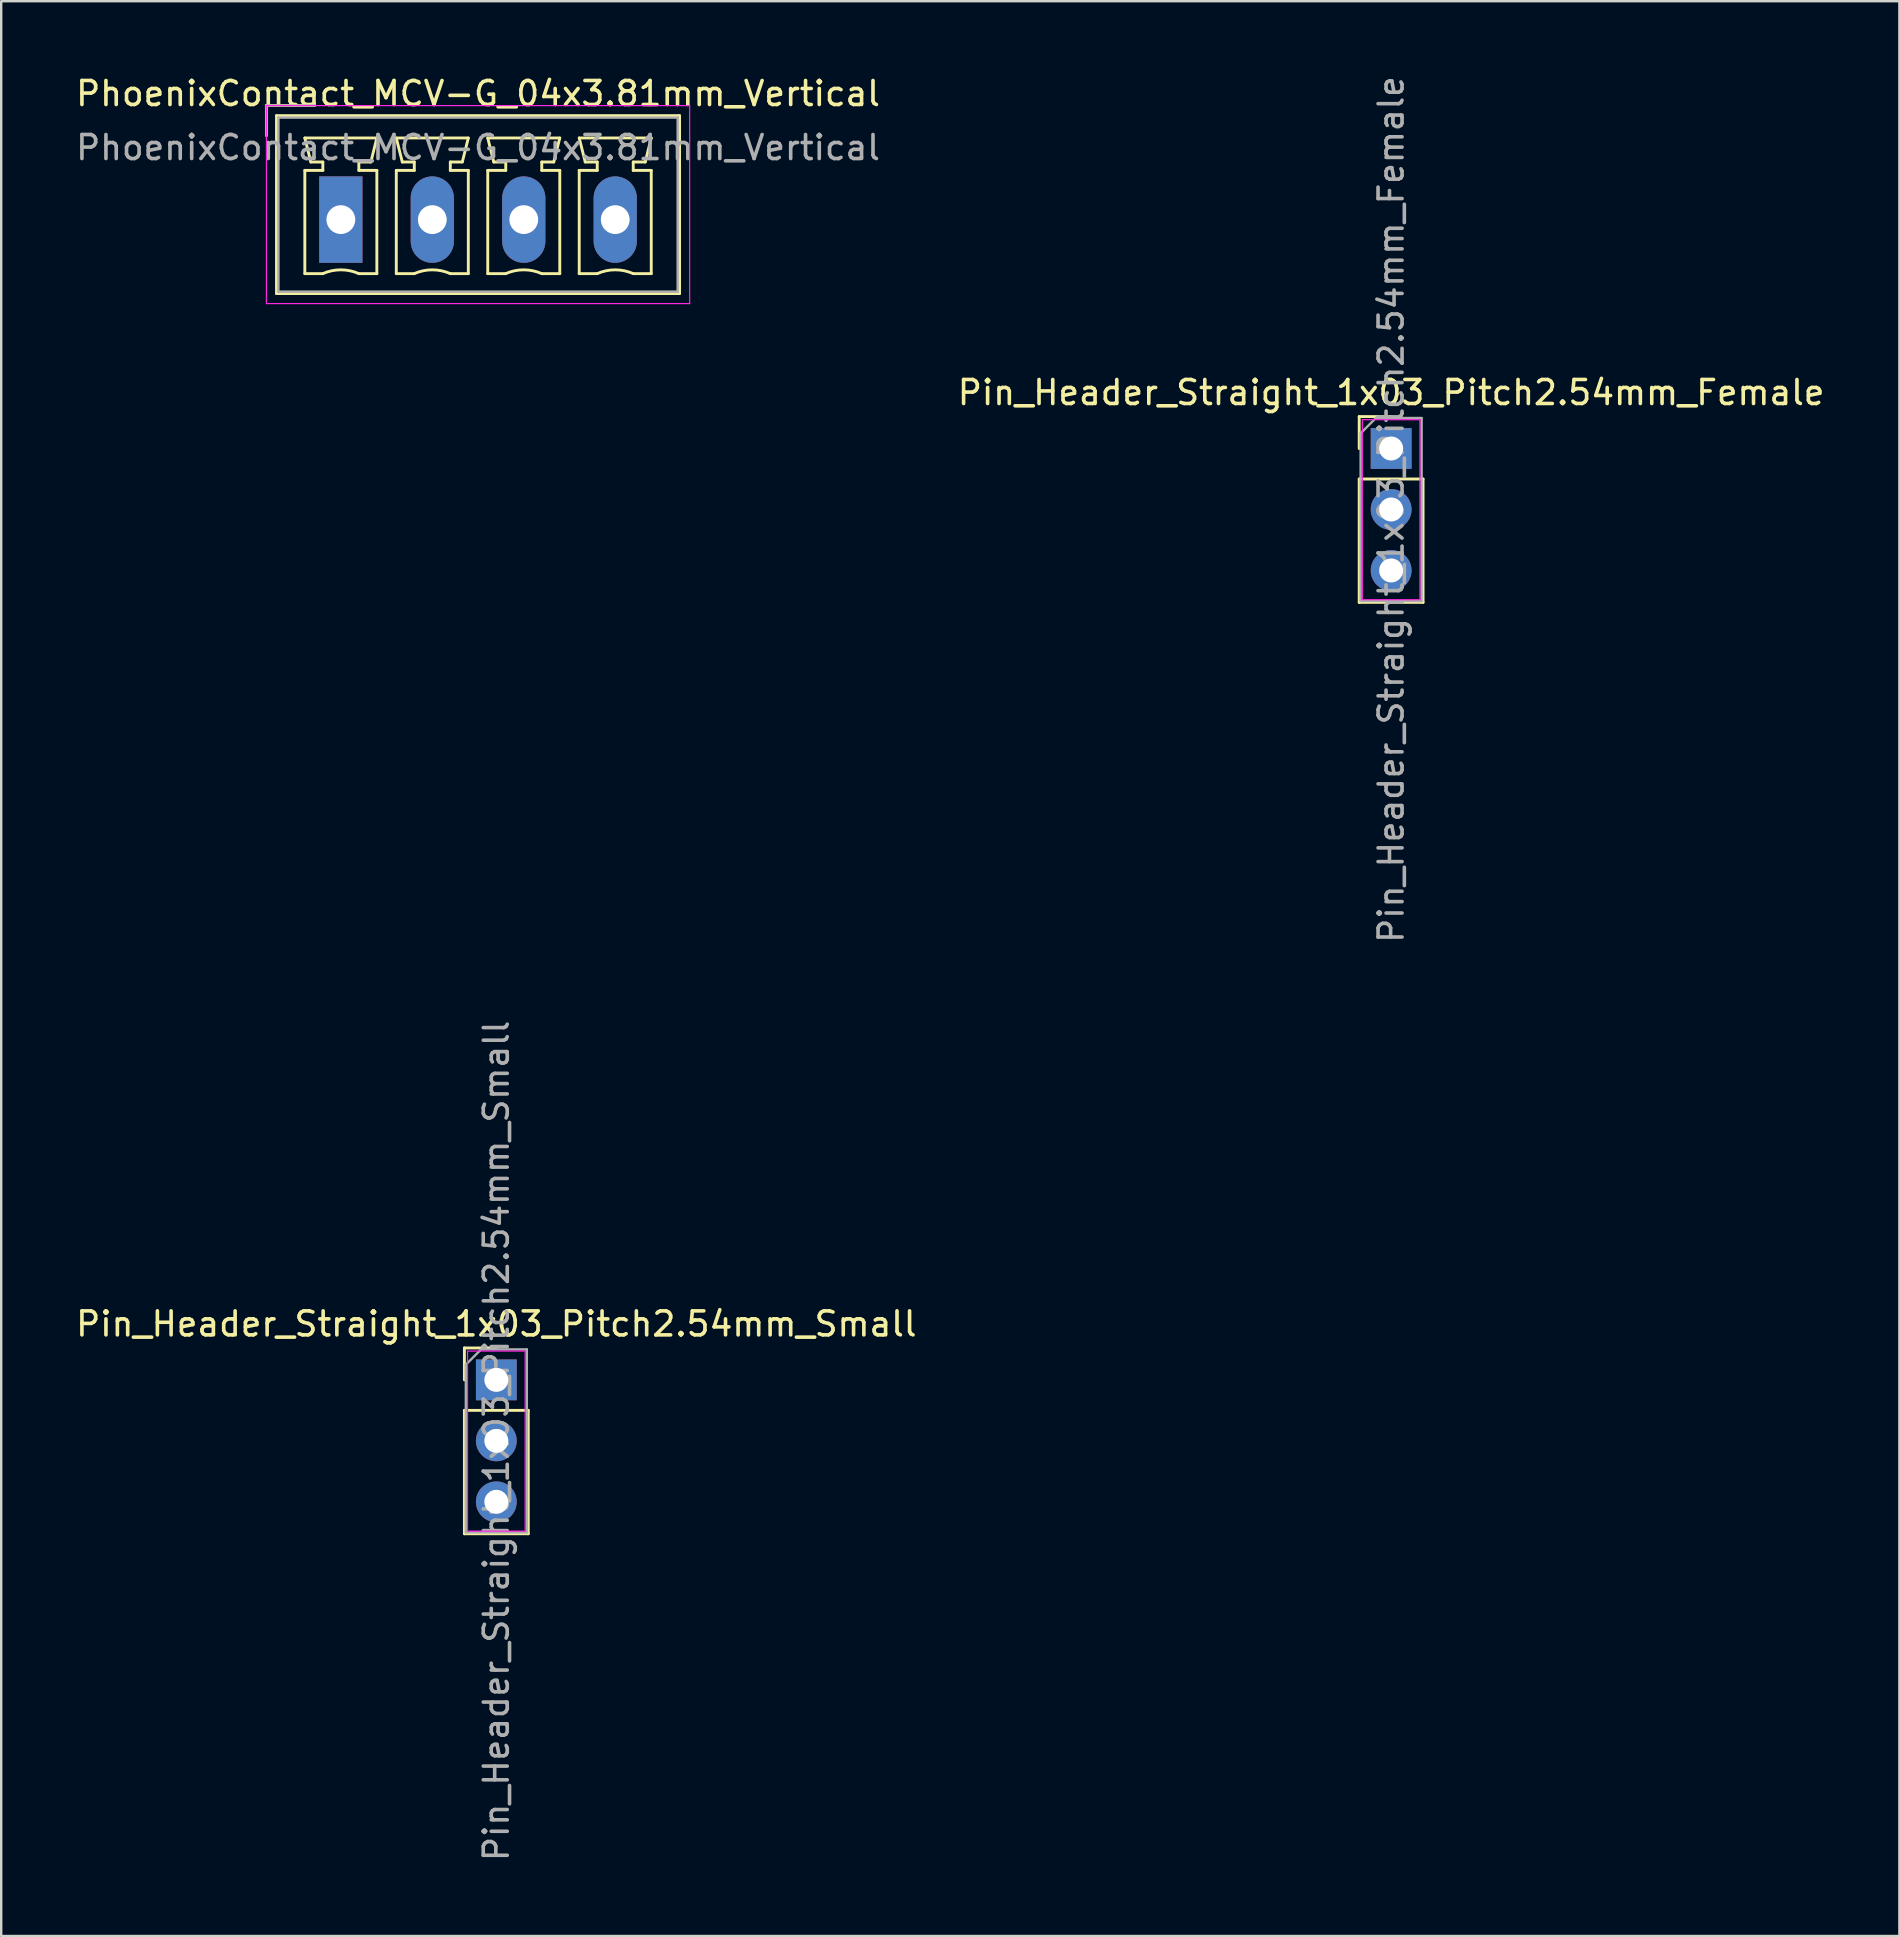
<source format=kicad_pcb>
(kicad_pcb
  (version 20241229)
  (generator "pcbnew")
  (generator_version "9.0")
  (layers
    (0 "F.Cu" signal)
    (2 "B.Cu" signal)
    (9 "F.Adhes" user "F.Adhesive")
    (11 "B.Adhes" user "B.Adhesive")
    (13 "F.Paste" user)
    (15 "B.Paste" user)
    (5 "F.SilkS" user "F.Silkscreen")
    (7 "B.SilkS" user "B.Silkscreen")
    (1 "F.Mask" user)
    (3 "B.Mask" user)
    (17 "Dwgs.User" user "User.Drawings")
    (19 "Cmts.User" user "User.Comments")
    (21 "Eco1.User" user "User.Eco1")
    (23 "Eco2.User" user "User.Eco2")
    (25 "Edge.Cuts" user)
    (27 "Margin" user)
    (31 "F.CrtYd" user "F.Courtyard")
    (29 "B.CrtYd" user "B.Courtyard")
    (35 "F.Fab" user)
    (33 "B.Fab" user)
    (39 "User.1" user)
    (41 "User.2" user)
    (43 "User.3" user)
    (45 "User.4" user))
  (footprint "Pin_Header_Straight_1x03_Pitch2.54mm_Female"
    (layer "F.Cu")
    (at 54.899 15.633)
    (property "Reference" "Pin_Header_Straight_1x03_Pitch2.54mm_Female" (at 0 -2.33 0) (layer "F.SilkS") (effects (font (size 1 1) (thickness 0.15))))
    (attr through_hole)
    (fp_line (start -1.33 -1.33) (end 0 -1.33) (stroke (width 0.12) (type solid)) (layer "F.SilkS"))
    (fp_line (start -1.33 0) (end -1.33 -1.33) (stroke (width 0.12) (type solid)) (layer "F.SilkS"))
    (fp_line (start -1.33 1.27) (end -1.33 6.41) (stroke (width 0.12) (type solid)) (layer "F.SilkS"))
    (fp_line (start -1.33 1.27) (end 1.33 1.27) (stroke (width 0.12) (type solid)) (layer "F.SilkS"))
    (fp_line (start -1.33 6.41) (end 1.33 6.41) (stroke (width 0.12) (type solid)) (layer "F.SilkS"))
    (fp_line (start 1.33 1.27) (end 1.33 6.41) (stroke (width 0.12) (type solid)) (layer "F.SilkS"))
    (fp_line (start -1.2 -1.2) (end -1.2 6.3) (stroke (width 0.05) (type solid)) (layer "F.CrtYd"))
    (fp_line (start -1.2 6.3) (end 1.2 6.3) (stroke (width 0.05) (type solid)) (layer "F.CrtYd"))
    (fp_line (start 1.2 -1.2) (end -1.2 -1.2) (stroke (width 0.05) (type solid)) (layer "F.CrtYd"))
    (fp_line (start 1.2 6.3) (end 1.2 -1.2) (stroke (width 0.05) (type solid)) (layer "F.CrtYd"))
    (fp_line (start -1.27 -0.635) (end -0.635 -1.27) (stroke (width 0.1) (type solid)) (layer "F.Fab"))
    (fp_line (start -1.27 6.35) (end -1.27 -0.635) (stroke (width 0.1) (type solid)) (layer "F.Fab"))
    (fp_line (start -0.635 -1.27) (end 1.27 -1.27) (stroke (width 0.1) (type solid)) (layer "F.Fab"))
    (fp_line (start 1.27 -1.27) (end 1.27 6.35) (stroke (width 0.1) (type solid)) (layer "F.Fab"))
    (fp_line (start 1.27 6.35) (end -1.27 6.35) (stroke (width 0.1) (type solid)) (layer "F.Fab"))
    (fp_text user "${REFERENCE}" (at 0 2.54 90) (layer "F.Fab") (effects (font (size 1 1) (thickness 0.15))))
    (pad "1" thru_hole rect (at 0 0) (size 1.7 1.7) (drill 1) (layers "*.Cu" "*.Mask"))
    (pad "2" thru_hole oval (at 0 2.54) (size 1.7 1.7) (drill 1) (layers "*.Cu" "*.Mask"))
    (pad "3" thru_hole oval (at 0 5.08) (size 1.7 1.7) (drill 1) (layers "*.Cu" "*.Mask")))
  (footprint "PhoenixContact_MCV-G_04x3.81mm_Vertical"
    (layer "F.Cu")
    (at 11.148 6.098)
    (property "Reference" "PhoenixContact_MCV-G_04x3.81mm_Vertical" (at 5.715 -5.25 0) (layer "F.SilkS") (effects (font (size 1 1) (thickness 0.15))))
    (attr through_hole)
    (fp_line (start -3.1 -4.75) (end -1.1 -4.75) (stroke (width 0.12) (type solid)) (layer "F.SilkS"))
    (fp_line (start -3.1 -3.5) (end -3.1 -4.75) (stroke (width 0.12) (type solid)) (layer "F.SilkS"))
    (fp_line (start -2.68 -4.33) (end -2.68 3.08) (stroke (width 0.12) (type solid)) (layer "F.SilkS"))
    (fp_line (start -2.68 3.08) (end 14.11 3.08) (stroke (width 0.12) (type solid)) (layer "F.SilkS"))
    (fp_line (start -1.5 -3.4) (end 1.5 -3.4) (stroke (width 0.12) (type solid)) (layer "F.SilkS"))
    (fp_line (start -1.5 -2.05) (end -0.75 -2.05) (stroke (width 0.12) (type solid)) (layer "F.SilkS"))
    (fp_line (start -1.5 2.25) (end -1.5 -2.05) (stroke (width 0.12) (type solid)) (layer "F.SilkS"))
    (fp_line (start -1.25 -2.4) (end -1.5 -3.4) (stroke (width 0.12) (type solid)) (layer "F.SilkS"))
    (fp_line (start -0.75 -2.4) (end -1.25 -2.4) (stroke (width 0.12) (type solid)) (layer "F.SilkS"))
    (fp_line (start -0.75 -2.05) (end -0.75 -2.4) (stroke (width 0.12) (type solid)) (layer "F.SilkS"))
    (fp_line (start -0.75 2.25) (end -1.5 2.25) (stroke (width 0.12) (type solid)) (layer "F.SilkS"))
    (fp_line (start 0.75 -2.4) (end 0.75 -2.05) (stroke (width 0.12) (type solid)) (layer "F.SilkS"))
    (fp_line (start 0.75 -2.05) (end 1.5 -2.05) (stroke (width 0.12) (type solid)) (layer "F.SilkS"))
    (fp_line (start 1.25 -2.4) (end 0.75 -2.4) (stroke (width 0.12) (type solid)) (layer "F.SilkS"))
    (fp_line (start 1.5 -3.4) (end 1.25 -2.4) (stroke (width 0.12) (type solid)) (layer "F.SilkS"))
    (fp_line (start 1.5 -2.05) (end 1.5 2.25) (stroke (width 0.12) (type solid)) (layer "F.SilkS"))
    (fp_line (start 1.5 2.25) (end 0.75 2.25) (stroke (width 0.12) (type solid)) (layer "F.SilkS"))
    (fp_line (start 2.31 -3.4) (end 5.31 -3.4) (stroke (width 0.12) (type solid)) (layer "F.SilkS"))
    (fp_line (start 2.31 -2.05) (end 3.06 -2.05) (stroke (width 0.12) (type solid)) (layer "F.SilkS"))
    (fp_line (start 2.31 2.25) (end 2.31 -2.05) (stroke (width 0.12) (type solid)) (layer "F.SilkS"))
    (fp_line (start 2.56 -2.4) (end 2.31 -3.4) (stroke (width 0.12) (type solid)) (layer "F.SilkS"))
    (fp_line (start 3.06 -2.4) (end 2.56 -2.4) (stroke (width 0.12) (type solid)) (layer "F.SilkS"))
    (fp_line (start 3.06 -2.05) (end 3.06 -2.4) (stroke (width 0.12) (type solid)) (layer "F.SilkS"))
    (fp_line (start 3.06 2.25) (end 2.31 2.25) (stroke (width 0.12) (type solid)) (layer "F.SilkS"))
    (fp_line (start 4.56 -2.4) (end 4.56 -2.05) (stroke (width 0.12) (type solid)) (layer "F.SilkS"))
    (fp_line (start 4.56 -2.05) (end 5.31 -2.05) (stroke (width 0.12) (type solid)) (layer "F.SilkS"))
    (fp_line (start 5.06 -2.4) (end 4.56 -2.4) (stroke (width 0.12) (type solid)) (layer "F.SilkS"))
    (fp_line (start 5.31 -3.4) (end 5.06 -2.4) (stroke (width 0.12) (type solid)) (layer "F.SilkS"))
    (fp_line (start 5.31 -2.05) (end 5.31 2.25) (stroke (width 0.12) (type solid)) (layer "F.SilkS"))
    (fp_line (start 5.31 2.25) (end 4.56 2.25) (stroke (width 0.12) (type solid)) (layer "F.SilkS"))
    (fp_line (start 6.12 -3.4) (end 9.12 -3.4) (stroke (width 0.12) (type solid)) (layer "F.SilkS"))
    (fp_line (start 6.12 -2.05) (end 6.87 -2.05) (stroke (width 0.12) (type solid)) (layer "F.SilkS"))
    (fp_line (start 6.12 2.25) (end 6.12 -2.05) (stroke (width 0.12) (type solid)) (layer "F.SilkS"))
    (fp_line (start 6.37 -2.4) (end 6.12 -3.4) (stroke (width 0.12) (type solid)) (layer "F.SilkS"))
    (fp_line (start 6.87 -2.4) (end 6.37 -2.4) (stroke (width 0.12) (type solid)) (layer "F.SilkS"))
    (fp_line (start 6.87 -2.05) (end 6.87 -2.4) (stroke (width 0.12) (type solid)) (layer "F.SilkS"))
    (fp_line (start 6.87 2.25) (end 6.12 2.25) (stroke (width 0.12) (type solid)) (layer "F.SilkS"))
    (fp_line (start 8.37 -2.4) (end 8.37 -2.05) (stroke (width 0.12) (type solid)) (layer "F.SilkS"))
    (fp_line (start 8.37 -2.05) (end 9.12 -2.05) (stroke (width 0.12) (type solid)) (layer "F.SilkS"))
    (fp_line (start 8.87 -2.4) (end 8.37 -2.4) (stroke (width 0.12) (type solid)) (layer "F.SilkS"))
    (fp_line (start 9.12 -3.4) (end 8.87 -2.4) (stroke (width 0.12) (type solid)) (layer "F.SilkS"))
    (fp_line (start 9.12 -2.05) (end 9.12 2.25) (stroke (width 0.12) (type solid)) (layer "F.SilkS"))
    (fp_line (start 9.12 2.25) (end 8.37 2.25) (stroke (width 0.12) (type solid)) (layer "F.SilkS"))
    (fp_line (start 9.93 -3.4) (end 12.93 -3.4) (stroke (width 0.12) (type solid)) (layer "F.SilkS"))
    (fp_line (start 9.93 -2.05) (end 10.68 -2.05) (stroke (width 0.12) (type solid)) (layer "F.SilkS"))
    (fp_line (start 9.93 2.25) (end 9.93 -2.05) (stroke (width 0.12) (type solid)) (layer "F.SilkS"))
    (fp_line (start 10.18 -2.4) (end 9.93 -3.4) (stroke (width 0.12) (type solid)) (layer "F.SilkS"))
    (fp_line (start 10.68 -2.4) (end 10.18 -2.4) (stroke (width 0.12) (type solid)) (layer "F.SilkS"))
    (fp_line (start 10.68 -2.05) (end 10.68 -2.4) (stroke (width 0.12) (type solid)) (layer "F.SilkS"))
    (fp_line (start 10.68 2.25) (end 9.93 2.25) (stroke (width 0.12) (type solid)) (layer "F.SilkS"))
    (fp_line (start 12.18 -2.4) (end 12.18 -2.05) (stroke (width 0.12) (type solid)) (layer "F.SilkS"))
    (fp_line (start 12.18 -2.05) (end 12.93 -2.05) (stroke (width 0.12) (type solid)) (layer "F.SilkS"))
    (fp_line (start 12.68 -2.4) (end 12.18 -2.4) (stroke (width 0.12) (type solid)) (layer "F.SilkS"))
    (fp_line (start 12.93 -3.4) (end 12.68 -2.4) (stroke (width 0.12) (type solid)) (layer "F.SilkS"))
    (fp_line (start 12.93 -2.05) (end 12.93 2.25) (stroke (width 0.12) (type solid)) (layer "F.SilkS"))
    (fp_line (start 12.93 2.25) (end 12.18 2.25) (stroke (width 0.12) (type solid)) (layer "F.SilkS"))
    (fp_line (start 14.11 -4.33) (end -2.68 -4.33) (stroke (width 0.12) (type solid)) (layer "F.SilkS"))
    (fp_line (start 14.11 3.08) (end 14.11 -4.33) (stroke (width 0.12) (type solid)) (layer "F.SilkS"))
    (fp_arc (start -0.75 2.25) (mid -0.000193 2.09191) (end 0.749647 2.249844) (stroke (width 0.12) (type solid)) (layer "F.SilkS"))
    (fp_arc (start 3.06 2.25) (mid 3.809807 2.09191) (end 4.559647 2.249844) (stroke (width 0.12) (type solid)) (layer "F.SilkS"))
    (fp_arc (start 6.87 2.25) (mid 7.619807 2.09191) (end 8.369647 2.249844) (stroke (width 0.12) (type solid)) (layer "F.SilkS"))
    (fp_arc (start 10.68 2.25) (mid 11.429807 2.09191) (end 12.179647 2.249844) (stroke (width 0.12) (type solid)) (layer "F.SilkS"))
    (fp_line (start -3.1 -4.75) (end -3.1 3.5) (stroke (width 0.05) (type solid)) (layer "F.CrtYd"))
    (fp_line (start -3.1 3.5) (end 14.53 3.5) (stroke (width 0.05) (type solid)) (layer "F.CrtYd"))
    (fp_line (start 14.53 -4.75) (end -3.1 -4.75) (stroke (width 0.05) (type solid)) (layer "F.CrtYd"))
    (fp_line (start 14.53 3.5) (end 14.53 -4.75) (stroke (width 0.05) (type solid)) (layer "F.CrtYd"))
    (fp_line (start -3.1 -4.75) (end -1.1 -4.75) (stroke (width 0.1) (type solid)) (layer "F.Fab"))
    (fp_line (start -3.1 -3.5) (end -3.1 -4.75) (stroke (width 0.1) (type solid)) (layer "F.Fab"))
    (fp_line (start -2.6 -4.25) (end -2.6 3) (stroke (width 0.1) (type solid)) (layer "F.Fab"))
    (fp_line (start -2.6 3) (end 14.03 3) (stroke (width 0.1) (type solid)) (layer "F.Fab"))
    (fp_line (start 14.03 -4.25) (end -2.6 -4.25) (stroke (width 0.1) (type solid)) (layer "F.Fab"))
    (fp_line (start 14.03 3) (end 14.03 -4.25) (stroke (width 0.1) (type solid)) (layer "F.Fab"))
    (fp_text user "${REFERENCE}" (at 5.715 -3 0) (layer "F.Fab") (effects (font (size 1 1) (thickness 0.15))))
    (pad "1" thru_hole rect (at 0 0) (size 1.8 3.6) (drill 1.2) (layers "*.Cu" "*.Mask"))
    (pad "2" thru_hole oval (at 3.81 0) (size 1.8 3.6) (drill 1.2) (layers "*.Cu" "*.Mask"))
    (pad "3" thru_hole oval (at 7.62 0) (size 1.8 3.6) (drill 1.2) (layers "*.Cu" "*.Mask"))
    (pad "4" thru_hole oval (at 11.43 0) (size 1.8 3.6) (drill 1.2) (layers "*.Cu" "*.Mask")))
  (footprint "Pin_Header_Straight_1x03_Pitch2.54mm_Small"
    (layer "F.Cu")
    (at 17.625 54.43)
    (property "Reference" "Pin_Header_Straight_1x03_Pitch2.54mm_Small" (at 0 -2.33 0) (layer "F.SilkS") (effects (font (size 1 1) (thickness 0.15))))
    (attr through_hole)
    (fp_line (start -1.33 -1.33) (end 0 -1.33) (stroke (width 0.12) (type solid)) (layer "F.SilkS"))
    (fp_line (start -1.33 0) (end -1.33 -1.33) (stroke (width 0.12) (type solid)) (layer "F.SilkS"))
    (fp_line (start -1.33 1.27) (end -1.33 6.41) (stroke (width 0.12) (type solid)) (layer "F.SilkS"))
    (fp_line (start -1.33 1.27) (end 1.33 1.27) (stroke (width 0.12) (type solid)) (layer "F.SilkS"))
    (fp_line (start -1.33 6.41) (end 1.33 6.41) (stroke (width 0.12) (type solid)) (layer "F.SilkS"))
    (fp_line (start 1.33 1.27) (end 1.33 6.41) (stroke (width 0.12) (type solid)) (layer "F.SilkS"))
    (fp_line (start -1.2 -1.2) (end -1.2 6.3) (stroke (width 0.05) (type solid)) (layer "F.CrtYd"))
    (fp_line (start -1.2 6.3) (end 1.2 6.3) (stroke (width 0.05) (type solid)) (layer "F.CrtYd"))
    (fp_line (start 1.2 -1.2) (end -1.2 -1.2) (stroke (width 0.05) (type solid)) (layer "F.CrtYd"))
    (fp_line (start 1.2 6.3) (end 1.2 -1.2) (stroke (width 0.05) (type solid)) (layer "F.CrtYd"))
    (fp_line (start -1.27 -0.635) (end -0.635 -1.27) (stroke (width 0.1) (type solid)) (layer "F.Fab"))
    (fp_line (start -1.27 6.35) (end -1.27 -0.635) (stroke (width 0.1) (type solid)) (layer "F.Fab"))
    (fp_line (start -0.635 -1.27) (end 1.27 -1.27) (stroke (width 0.1) (type solid)) (layer "F.Fab"))
    (fp_line (start 1.27 -1.27) (end 1.27 6.35) (stroke (width 0.1) (type solid)) (layer "F.Fab"))
    (fp_line (start 1.27 6.35) (end -1.27 6.35) (stroke (width 0.1) (type solid)) (layer "F.Fab"))
    (fp_text user "${REFERENCE}" (at 0 2.54 90) (layer "F.Fab") (effects (font (size 1 1) (thickness 0.15))))
    (pad "1" thru_hole rect (at 0 0) (size 1.7 1.7) (drill 1) (layers "*.Cu" "*.Mask"))
    (pad "2" thru_hole oval (at 0 2.54) (size 1.7 1.7) (drill 1) (layers "*.Cu" "*.Mask"))
    (pad "3" thru_hole oval (at 0 5.08) (size 1.7 1.7) (drill 1) (layers "*.Cu" "*.Mask")))
  (gr_rect
    (start -3 -3)
    (end 76.071 77.595)
    (stroke (width 0.1) (type default))
    (fill no)
    (layer "Edge.Cuts")))
</source>
